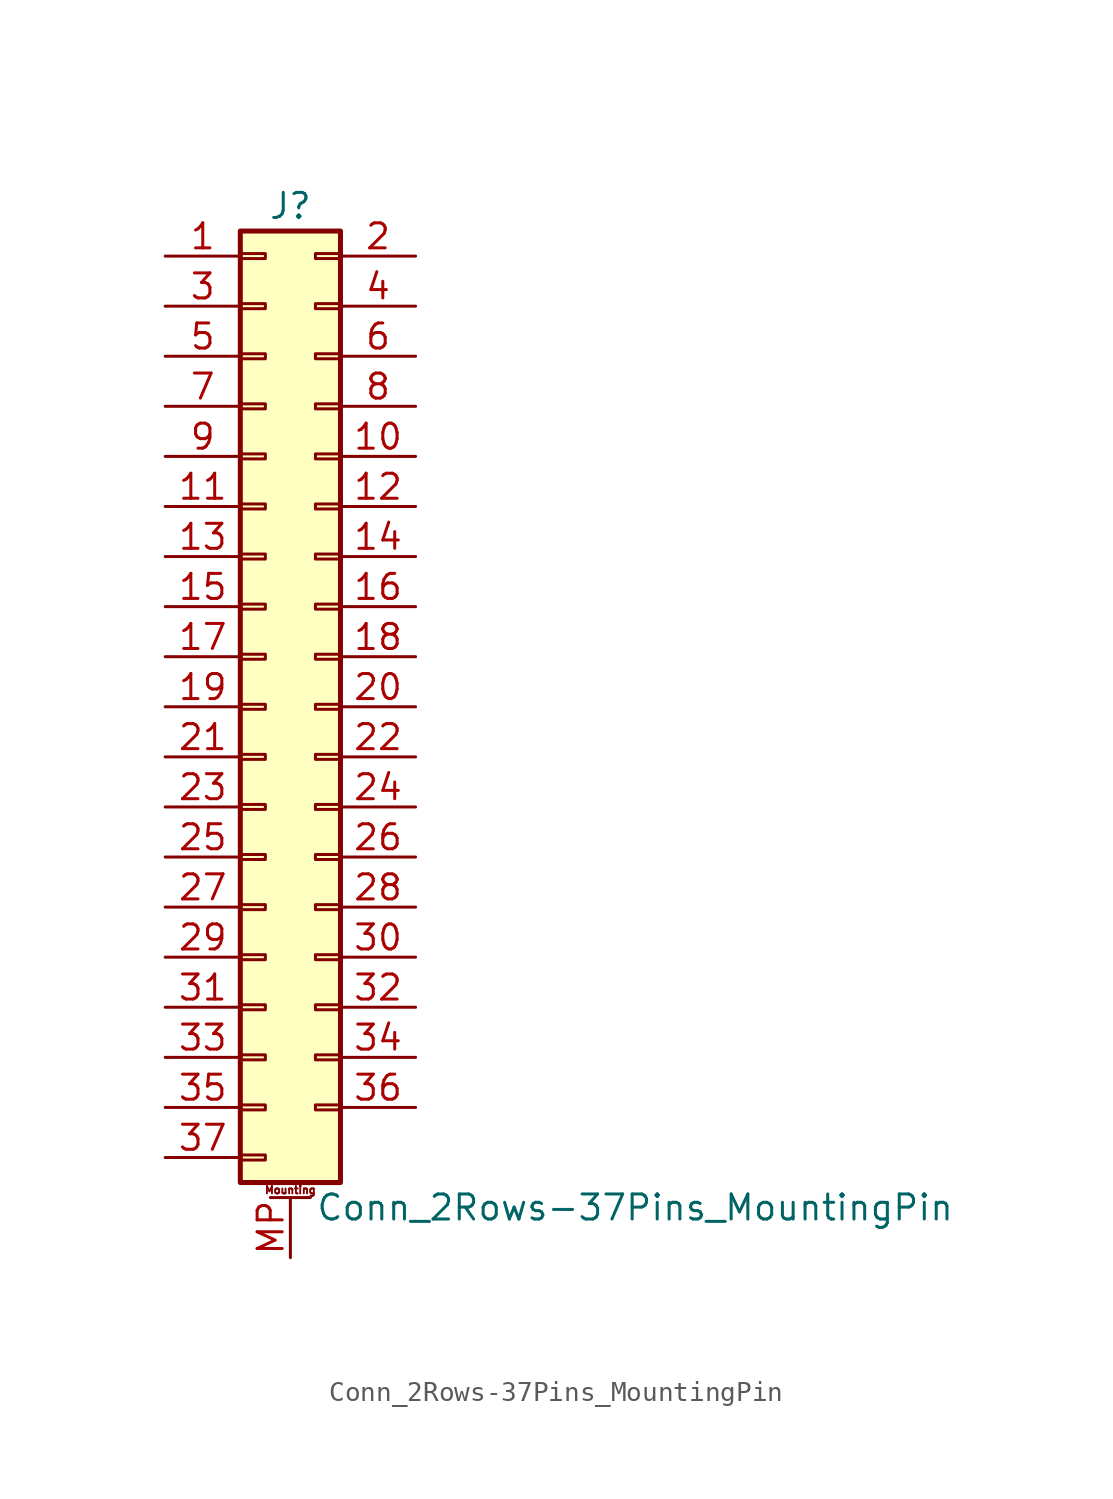
<source format=kicad_sym>
(kicad_symbol_lib
  (version 20200908)
  (generator kicad_symbol_editor)
  (symbol "Connector_Generic_MountingPin:Conn_2Rows-37Pins_MountingPin"
    (pin_names
      (offset 1.016) hide)
    (property "Reference" "J"
      (at 1.27 25.4 0)
      (effects (font (size 1.27 1.27))))
    (property "Value" "Conn_2Rows-37Pins_MountingPin"
      (at 2.54 -25.4 0)
      (effects (font (size 1.27 1.27)) (justify left)))
    (symbol "Conn_2Rows-37Pins_MountingPin_1_1"
      (text "Mounting" (at 1.27 -24.511 0) (effects (font (size 0.381 0.381))))
      (rectangle (start -1.27 -4.953) (end 0 -5.207) (stroke (width 0.152)) (fill (type none)))
      (rectangle (start -1.27 -7.493) (end 0 -7.747) (stroke (width 0.152)) (fill (type none)))
      (rectangle (start -1.27 -10.033) (end 0 -10.287) (stroke (width 0.152)) (fill (type none)))
      (rectangle (start -1.27 -12.573) (end 0 -12.827) (stroke (width 0.152)) (fill (type none)))
      (rectangle (start -1.27 -15.113) (end 0 -15.367) (stroke (width 0.152)) (fill (type none)))
      (rectangle (start -1.27 -17.653) (end 0 -17.907) (stroke (width 0.152)) (fill (type none)))
      (rectangle (start -1.27 -20.193) (end 0 -20.447) (stroke (width 0.152)) (fill (type none)))
      (rectangle (start -1.27 -22.733) (end 0 -22.987) (stroke (width 0.152)) (fill (type none)))
      (rectangle (start -1.27 -2.413) (end 0 -2.667) (stroke (width 0.152)) (fill (type none)))
      (rectangle (start -1.27 2.667) (end 0 2.413) (stroke (width 0.152)) (fill (type none)))
      (rectangle (start -1.27 5.207) (end 0 4.953) (stroke (width 0.152)) (fill (type none)))
      (rectangle (start -1.27 7.747) (end 0 7.493) (stroke (width 0.152)) (fill (type none)))
      (rectangle (start -1.27 10.287) (end 0 10.033) (stroke (width 0.152)) (fill (type none)))
      (rectangle (start -1.27 0.127) (end 0 -0.127) (stroke (width 0.152)) (fill (type none)))
      (rectangle (start -1.27 12.827) (end 0 12.573) (stroke (width 0.152)) (fill (type none)))
      (rectangle (start -1.27 15.367) (end 0 15.113) (stroke (width 0.152)) (fill (type none)))
      (rectangle (start -1.27 17.907) (end 0 17.653) (stroke (width 0.152)) (fill (type none)))
      (rectangle (start -1.27 20.447) (end 0 20.193) (stroke (width 0.152)) (fill (type none)))
      (rectangle (start -1.27 22.987) (end 0 22.733) (stroke (width 0.152)) (fill (type none)))
      (rectangle (start -1.27 24.13) (end 3.81 -24.13) (stroke (width 0.254)) (fill (type background)))
      (rectangle (start 3.81 -4.953) (end 2.54 -5.207) (stroke (width 0.152)) (fill (type none)))
      (rectangle (start 3.81 -7.493) (end 2.54 -7.747) (stroke (width 0.152)) (fill (type none)))
      (rectangle (start 3.81 -10.033) (end 2.54 -10.287) (stroke (width 0.152)) (fill (type none)))
      (rectangle (start 3.81 -12.573) (end 2.54 -12.827) (stroke (width 0.152)) (fill (type none)))
      (rectangle (start 3.81 -15.113) (end 2.54 -15.367) (stroke (width 0.152)) (fill (type none)))
      (rectangle (start 3.81 -17.653) (end 2.54 -17.907) (stroke (width 0.152)) (fill (type none)))
      (rectangle (start 3.81 -20.193) (end 2.54 -20.447) (stroke (width 0.152)) (fill (type none)))
      (rectangle (start 3.81 -2.413) (end 2.54 -2.667) (stroke (width 0.152)) (fill (type none)))
      (rectangle (start 3.81 2.667) (end 2.54 2.413) (stroke (width 0.152)) (fill (type none)))
      (rectangle (start 3.81 5.207) (end 2.54 4.953) (stroke (width 0.152)) (fill (type none)))
      (rectangle (start 3.81 7.747) (end 2.54 7.493) (stroke (width 0.152)) (fill (type none)))
      (rectangle (start 3.81 10.287) (end 2.54 10.033) (stroke (width 0.152)) (fill (type none)))
      (rectangle (start 3.81 0.127) (end 2.54 -0.127) (stroke (width 0.152)) (fill (type none)))
      (rectangle (start 3.81 12.827) (end 2.54 12.573) (stroke (width 0.152)) (fill (type none)))
      (rectangle (start 3.81 15.367) (end 2.54 15.113) (stroke (width 0.152)) (fill (type none)))
      (rectangle (start 3.81 17.907) (end 2.54 17.653) (stroke (width 0.152)) (fill (type none)))
      (rectangle (start 3.81 20.447) (end 2.54 20.193) (stroke (width 0.152)) (fill (type none)))
      (rectangle (start 3.81 22.987) (end 2.54 22.733) (stroke (width 0.152)) (fill (type none)))
      (polyline (pts (xy 0.254 -24.892) (xy 2.286 -24.892)) (stroke (width 0.152)) (fill (type none)))
      (pin passive line (at 1.27 -27.94 90) (length 3.048) (name "MountPin" (effects (font (size 1.27 1.27)))) (number "MP" (effects (font (size 1.27 1.27)))))
      (pin passive line (at -5.08 22.86 0) (length 3.81) (name "Pin_1" (effects (font (size 1.27 1.27)))) (number "1" (effects (font (size 1.27 1.27)))))
      (pin passive line (at 7.62 12.7 180) (length 3.81) (name "Pin_10" (effects (font (size 1.27 1.27)))) (number "10" (effects (font (size 1.27 1.27)))))
      (pin passive line (at -5.08 10.16 0) (length 3.81) (name "Pin_11" (effects (font (size 1.27 1.27)))) (number "11" (effects (font (size 1.27 1.27)))))
      (pin passive line (at 7.62 10.16 180) (length 3.81) (name "Pin_12" (effects (font (size 1.27 1.27)))) (number "12" (effects (font (size 1.27 1.27)))))
      (pin passive line (at -5.08 7.62 0) (length 3.81) (name "Pin_13" (effects (font (size 1.27 1.27)))) (number "13" (effects (font (size 1.27 1.27)))))
      (pin passive line (at 7.62 7.62 180) (length 3.81) (name "Pin_14" (effects (font (size 1.27 1.27)))) (number "14" (effects (font (size 1.27 1.27)))))
      (pin passive line (at -5.08 5.08 0) (length 3.81) (name "Pin_15" (effects (font (size 1.27 1.27)))) (number "15" (effects (font (size 1.27 1.27)))))
      (pin passive line (at 7.62 5.08 180) (length 3.81) (name "Pin_16" (effects (font (size 1.27 1.27)))) (number "16" (effects (font (size 1.27 1.27)))))
      (pin passive line (at -5.08 2.54 0) (length 3.81) (name "Pin_17" (effects (font (size 1.27 1.27)))) (number "17" (effects (font (size 1.27 1.27)))))
      (pin passive line (at 7.62 2.54 180) (length 3.81) (name "Pin_18" (effects (font (size 1.27 1.27)))) (number "18" (effects (font (size 1.27 1.27)))))
      (pin passive line (at -5.08 0 0) (length 3.81) (name "Pin_19" (effects (font (size 1.27 1.27)))) (number "19" (effects (font (size 1.27 1.27)))))
      (pin passive line (at 7.62 22.86 180) (length 3.81) (name "Pin_2" (effects (font (size 1.27 1.27)))) (number "2" (effects (font (size 1.27 1.27)))))
      (pin passive line (at 7.62 0 180) (length 3.81) (name "Pin_20" (effects (font (size 1.27 1.27)))) (number "20" (effects (font (size 1.27 1.27)))))
      (pin passive line (at -5.08 -2.54 0) (length 3.81) (name "Pin_21" (effects (font (size 1.27 1.27)))) (number "21" (effects (font (size 1.27 1.27)))))
      (pin passive line (at 7.62 -2.54 180) (length 3.81) (name "Pin_22" (effects (font (size 1.27 1.27)))) (number "22" (effects (font (size 1.27 1.27)))))
      (pin passive line (at -5.08 -5.08 0) (length 3.81) (name "Pin_23" (effects (font (size 1.27 1.27)))) (number "23" (effects (font (size 1.27 1.27)))))
      (pin passive line (at 7.62 -5.08 180) (length 3.81) (name "Pin_24" (effects (font (size 1.27 1.27)))) (number "24" (effects (font (size 1.27 1.27)))))
      (pin passive line (at -5.08 -7.62 0) (length 3.81) (name "Pin_25" (effects (font (size 1.27 1.27)))) (number "25" (effects (font (size 1.27 1.27)))))
      (pin passive line (at 7.62 -7.62 180) (length 3.81) (name "Pin_26" (effects (font (size 1.27 1.27)))) (number "26" (effects (font (size 1.27 1.27)))))
      (pin passive line (at -5.08 -10.16 0) (length 3.81) (name "Pin_27" (effects (font (size 1.27 1.27)))) (number "27" (effects (font (size 1.27 1.27)))))
      (pin passive line (at 7.62 -10.16 180) (length 3.81) (name "Pin_28" (effects (font (size 1.27 1.27)))) (number "28" (effects (font (size 1.27 1.27)))))
      (pin passive line (at -5.08 -12.7 0) (length 3.81) (name "Pin_29" (effects (font (size 1.27 1.27)))) (number "29" (effects (font (size 1.27 1.27)))))
      (pin passive line (at -5.08 20.32 0) (length 3.81) (name "Pin_3" (effects (font (size 1.27 1.27)))) (number "3" (effects (font (size 1.27 1.27)))))
      (pin passive line (at 7.62 -12.7 180) (length 3.81) (name "Pin_30" (effects (font (size 1.27 1.27)))) (number "30" (effects (font (size 1.27 1.27)))))
      (pin passive line (at -5.08 -15.24 0) (length 3.81) (name "Pin_31" (effects (font (size 1.27 1.27)))) (number "31" (effects (font (size 1.27 1.27)))))
      (pin passive line (at 7.62 -15.24 180) (length 3.81) (name "Pin_32" (effects (font (size 1.27 1.27)))) (number "32" (effects (font (size 1.27 1.27)))))
      (pin passive line (at -5.08 -17.78 0) (length 3.81) (name "Pin_33" (effects (font (size 1.27 1.27)))) (number "33" (effects (font (size 1.27 1.27)))))
      (pin passive line (at 7.62 -17.78 180) (length 3.81) (name "Pin_34" (effects (font (size 1.27 1.27)))) (number "34" (effects (font (size 1.27 1.27)))))
      (pin passive line (at -5.08 -20.32 0) (length 3.81) (name "Pin_35" (effects (font (size 1.27 1.27)))) (number "35" (effects (font (size 1.27 1.27)))))
      (pin passive line (at 7.62 -20.32 180) (length 3.81) (name "Pin_36" (effects (font (size 1.27 1.27)))) (number "36" (effects (font (size 1.27 1.27)))))
      (pin passive line (at -5.08 -22.86 0) (length 3.81) (name "Pin_37" (effects (font (size 1.27 1.27)))) (number "37" (effects (font (size 1.27 1.27)))))
      (pin passive line (at 7.62 20.32 180) (length 3.81) (name "Pin_4" (effects (font (size 1.27 1.27)))) (number "4" (effects (font (size 1.27 1.27)))))
      (pin passive line (at -5.08 17.78 0) (length 3.81) (name "Pin_5" (effects (font (size 1.27 1.27)))) (number "5" (effects (font (size 1.27 1.27)))))
      (pin passive line (at 7.62 17.78 180) (length 3.81) (name "Pin_6" (effects (font (size 1.27 1.27)))) (number "6" (effects (font (size 1.27 1.27)))))
      (pin passive line (at -5.08 15.24 0) (length 3.81) (name "Pin_7" (effects (font (size 1.27 1.27)))) (number "7" (effects (font (size 1.27 1.27)))))
      (pin passive line (at 7.62 15.24 180) (length 3.81) (name "Pin_8" (effects (font (size 1.27 1.27)))) (number "8" (effects (font (size 1.27 1.27)))))
      (pin passive line (at -5.08 12.7 0) (length 3.81) (name "Pin_9" (effects (font (size 1.27 1.27)))) (number "9" (effects (font (size 1.27 1.27))))))))
</source>
